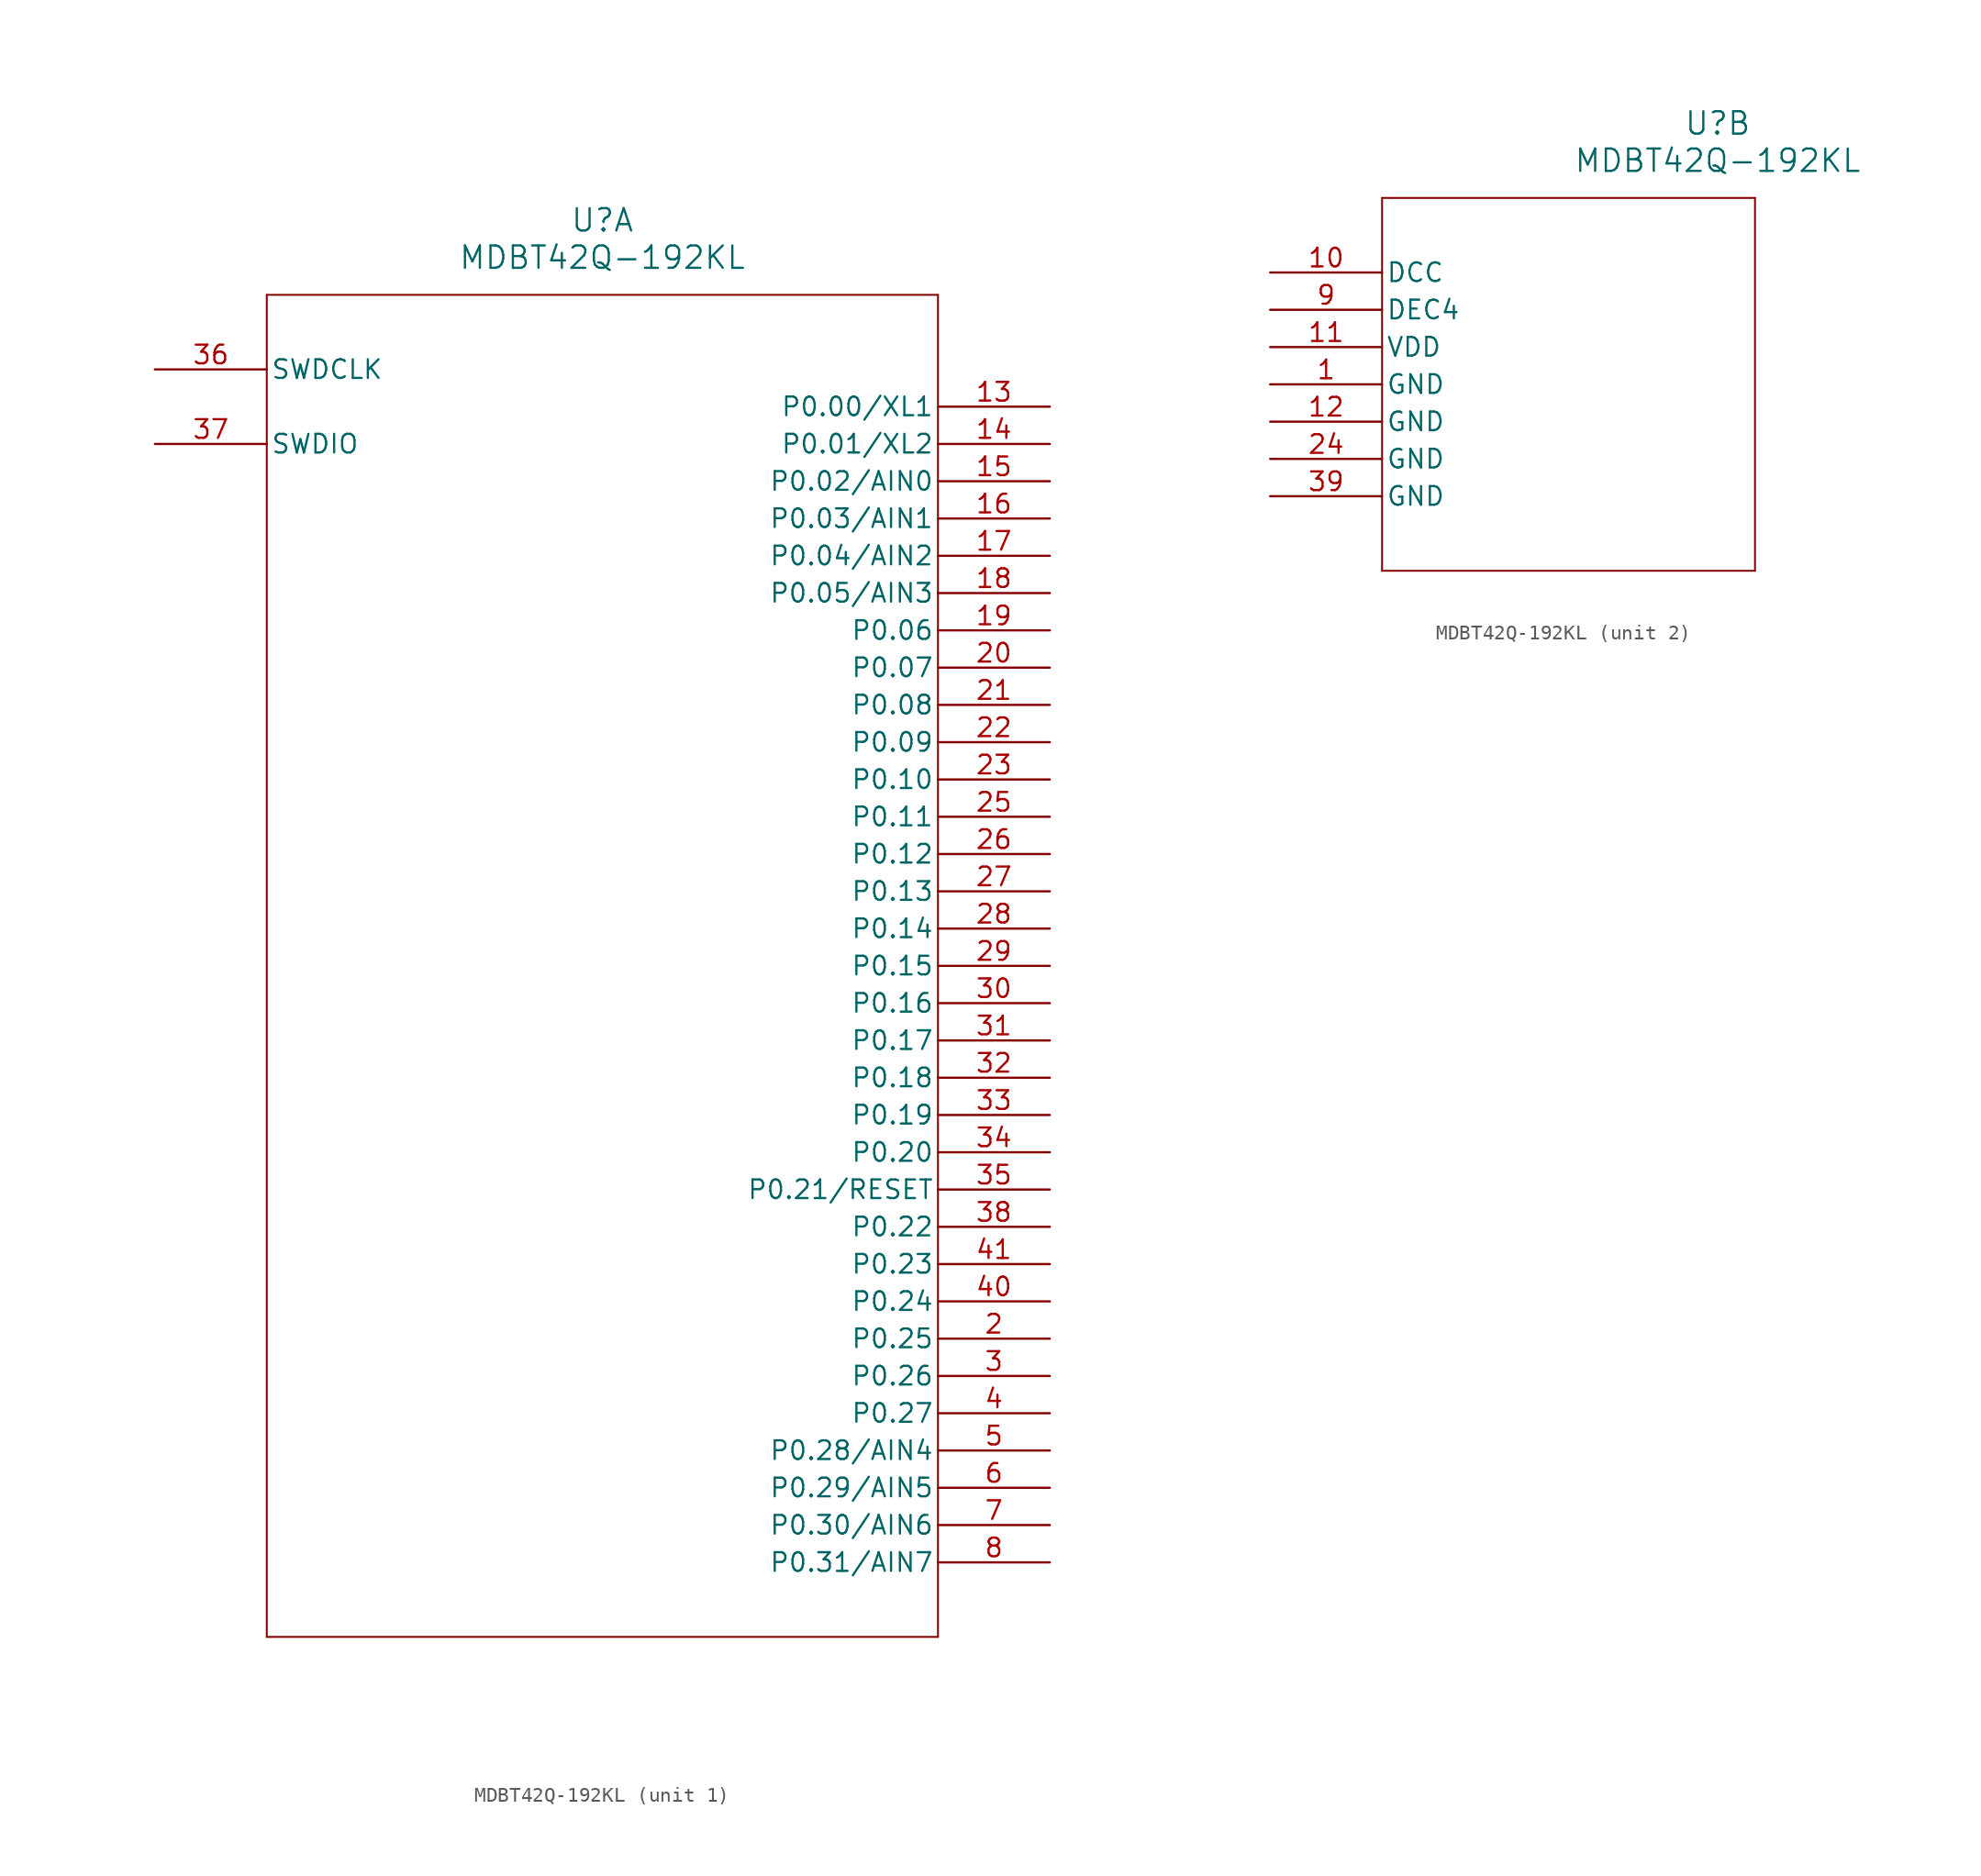
<source format=kicad_sym>
(kicad_symbol_lib
  (version 20211014)
  (generator kicad_symbol_editor)
  (symbol "MDBT42Q-192KL"
    (pin_names
      (offset 0.254))
    (property "Reference" "U"
      (at 30.48 10.16 0)
      (effects (font (size 1.524 1.524))))
    (property "Value" "MDBT42Q-192KL"
      (at 30.48 7.62 0)
      (effects (font (size 1.524 1.524))))
    (symbol "MDBT42Q-192KL_1_1"
      (polyline (pts (xy 7.62 5.08) (xy 7.62 -86.36)) (stroke (width 0.127) (type default) (color 0 0 0 0)) (fill (type none)))
      (polyline (pts (xy 7.62 -86.36) (xy 53.34 -86.36)) (stroke (width 0.127) (type default) (color 0 0 0 0)) (fill (type none)))
      (polyline (pts (xy 53.34 -86.36) (xy 53.34 5.08)) (stroke (width 0.127) (type default) (color 0 0 0 0)) (fill (type none)))
      (polyline (pts (xy 53.34 5.08) (xy 7.62 5.08)) (stroke (width 0.127) (type default) (color 0 0 0 0)) (fill (type none)))
      (pin bidirectional line (at 60.96 -66.04 180) (length 7.62) (name "P0.25" (effects (font (size 1.27 1.27)))) (number "2" (effects (font (size 1.27 1.27)))))
      (pin bidirectional line (at 60.96 -68.58 180) (length 7.62) (name "P0.26" (effects (font (size 1.27 1.27)))) (number "3" (effects (font (size 1.27 1.27)))))
      (pin bidirectional line (at 60.96 -71.12 180) (length 7.62) (name "P0.27" (effects (font (size 1.27 1.27)))) (number "4" (effects (font (size 1.27 1.27)))))
      (pin bidirectional line (at 60.96 -73.66 180) (length 7.62) (name "P0.28/AIN4" (effects (font (size 1.27 1.27)))) (number "5" (effects (font (size 1.27 1.27)))))
      (pin bidirectional line (at 60.96 -76.2 180) (length 7.62) (name "P0.29/AIN5" (effects (font (size 1.27 1.27)))) (number "6" (effects (font (size 1.27 1.27)))))
      (pin bidirectional line (at 60.96 -78.74 180) (length 7.62) (name "P0.30/AIN6" (effects (font (size 1.27 1.27)))) (number "7" (effects (font (size 1.27 1.27)))))
      (pin bidirectional line (at 60.96 -81.28 180) (length 7.62) (name "P0.31/AIN7" (effects (font (size 1.27 1.27)))) (number "8" (effects (font (size 1.27 1.27)))))
      (pin bidirectional line (at 60.96 -2.54 180) (length 7.62) (name "P0.00/XL1" (effects (font (size 1.27 1.27)))) (number "13" (effects (font (size 1.27 1.27)))))
      (pin bidirectional line (at 60.96 -5.08 180) (length 7.62) (name "P0.01/XL2" (effects (font (size 1.27 1.27)))) (number "14" (effects (font (size 1.27 1.27)))))
      (pin bidirectional line (at 60.96 -7.62 180) (length 7.62) (name "P0.02/AIN0" (effects (font (size 1.27 1.27)))) (number "15" (effects (font (size 1.27 1.27)))))
      (pin bidirectional line (at 60.96 -10.16 180) (length 7.62) (name "P0.03/AIN1" (effects (font (size 1.27 1.27)))) (number "16" (effects (font (size 1.27 1.27)))))
      (pin bidirectional line (at 60.96 -12.7 180) (length 7.62) (name "P0.04/AIN2" (effects (font (size 1.27 1.27)))) (number "17" (effects (font (size 1.27 1.27)))))
      (pin bidirectional line (at 60.96 -15.24 180) (length 7.62) (name "P0.05/AIN3" (effects (font (size 1.27 1.27)))) (number "18" (effects (font (size 1.27 1.27)))))
      (pin bidirectional line (at 60.96 -17.78 180) (length 7.62) (name "P0.06" (effects (font (size 1.27 1.27)))) (number "19" (effects (font (size 1.27 1.27)))))
      (pin bidirectional line (at 60.96 -20.32 180) (length 7.62) (name "P0.07" (effects (font (size 1.27 1.27)))) (number "20" (effects (font (size 1.27 1.27)))))
      (pin bidirectional line (at 60.96 -22.86 180) (length 7.62) (name "P0.08" (effects (font (size 1.27 1.27)))) (number "21" (effects (font (size 1.27 1.27)))))
      (pin bidirectional line (at 60.96 -25.4 180) (length 7.62) (name "P0.09" (effects (font (size 1.27 1.27)))) (number "22" (effects (font (size 1.27 1.27)))))
      (pin bidirectional line (at 60.96 -27.94 180) (length 7.62) (name "P0.10" (effects (font (size 1.27 1.27)))) (number "23" (effects (font (size 1.27 1.27)))))
      (pin bidirectional line (at 60.96 -30.48 180) (length 7.62) (name "P0.11" (effects (font (size 1.27 1.27)))) (number "25" (effects (font (size 1.27 1.27)))))
      (pin bidirectional line (at 60.96 -33.02 180) (length 7.62) (name "P0.12" (effects (font (size 1.27 1.27)))) (number "26" (effects (font (size 1.27 1.27)))))
      (pin bidirectional line (at 60.96 -35.56 180) (length 7.62) (name "P0.13" (effects (font (size 1.27 1.27)))) (number "27" (effects (font (size 1.27 1.27)))))
      (pin bidirectional line (at 60.96 -38.1 180) (length 7.62) (name "P0.14" (effects (font (size 1.27 1.27)))) (number "28" (effects (font (size 1.27 1.27)))))
      (pin bidirectional line (at 60.96 -40.64 180) (length 7.62) (name "P0.15" (effects (font (size 1.27 1.27)))) (number "29" (effects (font (size 1.27 1.27)))))
      (pin bidirectional line (at 60.96 -43.18 180) (length 7.62) (name "P0.16" (effects (font (size 1.27 1.27)))) (number "30" (effects (font (size 1.27 1.27)))))
      (pin bidirectional line (at 60.96 -45.72 180) (length 7.62) (name "P0.17" (effects (font (size 1.27 1.27)))) (number "31" (effects (font (size 1.27 1.27)))))
      (pin bidirectional line (at 60.96 -48.26 180) (length 7.62) (name "P0.18" (effects (font (size 1.27 1.27)))) (number "32" (effects (font (size 1.27 1.27)))))
      (pin bidirectional line (at 60.96 -50.8 180) (length 7.62) (name "P0.19" (effects (font (size 1.27 1.27)))) (number "33" (effects (font (size 1.27 1.27)))))
      (pin bidirectional line (at 60.96 -53.34 180) (length 7.62) (name "P0.20" (effects (font (size 1.27 1.27)))) (number "34" (effects (font (size 1.27 1.27)))))
      (pin bidirectional line (at 60.96 -55.88 180) (length 7.62) (name "P0.21/RESET" (effects (font (size 1.27 1.27)))) (number "35" (effects (font (size 1.27 1.27)))))
      (pin input line (at 0 0 0) (length 7.62) (name "SWDCLK" (effects (font (size 1.27 1.27)))) (number "36" (effects (font (size 1.27 1.27)))))
      (pin bidirectional line (at 0 -5.08 0) (length 7.62) (name "SWDIO" (effects (font (size 1.27 1.27)))) (number "37" (effects (font (size 1.27 1.27)))))
      (pin bidirectional line (at 60.96 -58.42 180) (length 7.62) (name "P0.22" (effects (font (size 1.27 1.27)))) (number "38" (effects (font (size 1.27 1.27)))))
      (pin bidirectional line (at 60.96 -63.5 180) (length 7.62) (name "P0.24" (effects (font (size 1.27 1.27)))) (number "40" (effects (font (size 1.27 1.27)))))
      (pin bidirectional line (at 60.96 -60.96 180) (length 7.62) (name "P0.23" (effects (font (size 1.27 1.27)))) (number "41" (effects (font (size 1.27 1.27))))))
    (symbol "MDBT42Q-192KL_2_1"
      (polyline (pts (xy 7.62 5.08) (xy 7.62 -20.32)) (stroke (width 0.127) (type default) (color 0 0 0 0)) (fill (type none)))
      (polyline (pts (xy 7.62 -20.32) (xy 33.02 -20.32)) (stroke (width 0.127) (type default) (color 0 0 0 0)) (fill (type none)))
      (polyline (pts (xy 33.02 -20.32) (xy 33.02 5.08)) (stroke (width 0.127) (type default) (color 0 0 0 0)) (fill (type none)))
      (polyline (pts (xy 33.02 5.08) (xy 7.62 5.08)) (stroke (width 0.127) (type default) (color 0 0 0 0)) (fill (type none)))
      (pin power_out line (at 0 -7.62 0) (length 7.62) (name "GND" (effects (font (size 1.27 1.27)))) (number "1" (effects (font (size 1.27 1.27)))))
      (pin power_in line (at 0 -2.54 0) (length 7.62) (name "DEC4" (effects (font (size 1.27 1.27)))) (number "9" (effects (font (size 1.27 1.27)))))
      (pin power_in line (at 0 0 0) (length 7.62) (name "DCC" (effects (font (size 1.27 1.27)))) (number "10" (effects (font (size 1.27 1.27)))))
      (pin power_in line (at 0 -5.08 0) (length 7.62) (name "VDD" (effects (font (size 1.27 1.27)))) (number "11" (effects (font (size 1.27 1.27)))))
      (pin power_out line (at 0 -10.16 0) (length 7.62) (name "GND" (effects (font (size 1.27 1.27)))) (number "12" (effects (font (size 1.27 1.27)))))
      (pin power_out line (at 0 -12.7 0) (length 7.62) (name "GND" (effects (font (size 1.27 1.27)))) (number "24" (effects (font (size 1.27 1.27)))))
      (pin power_out line (at 0 -15.24 0) (length 7.62) (name "GND" (effects (font (size 1.27 1.27)))) (number "39" (effects (font (size 1.27 1.27))))))))
</source>
